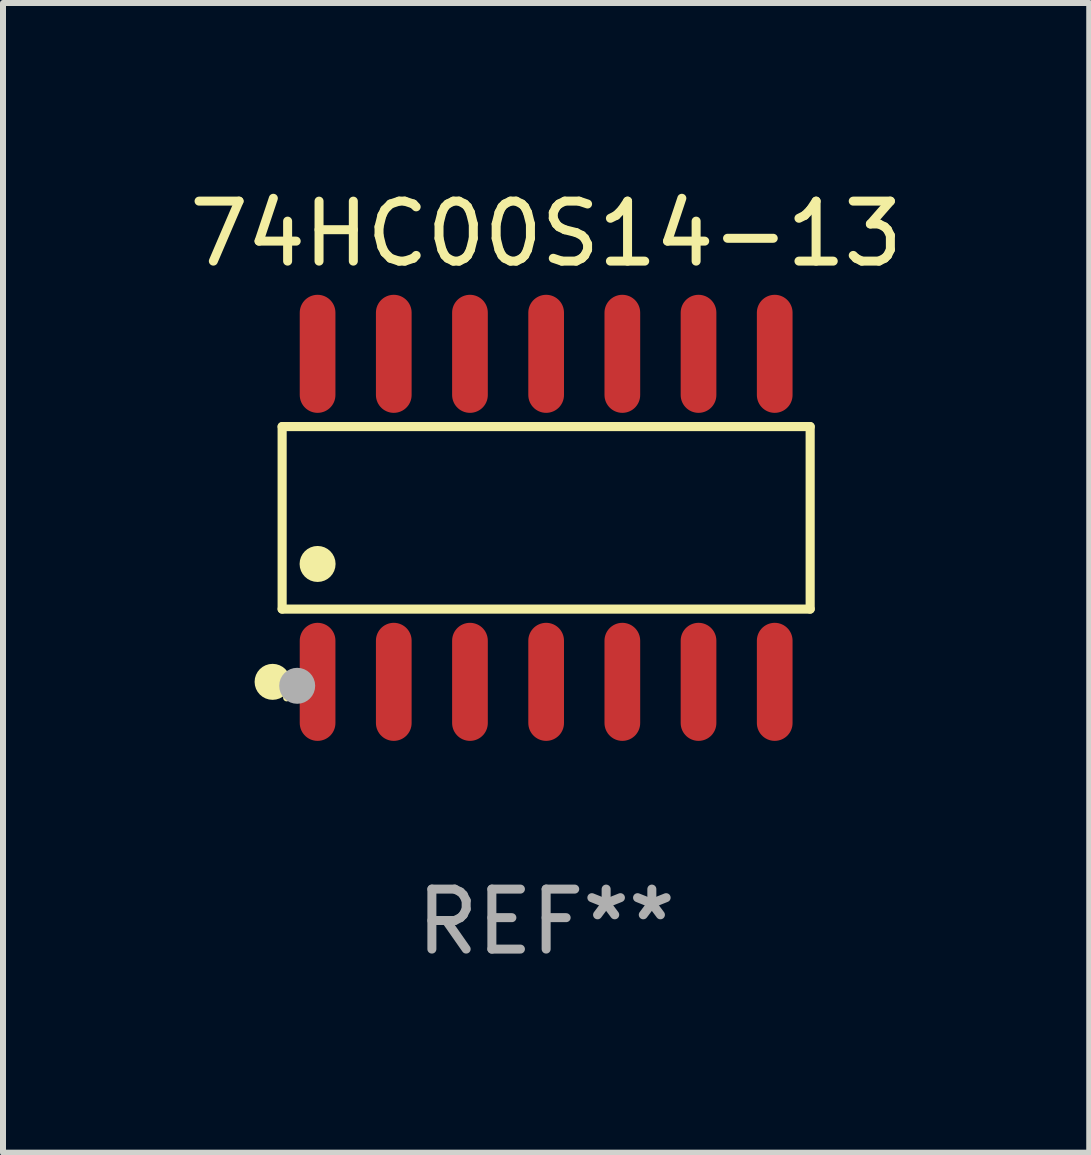
<source format=kicad_pcb>
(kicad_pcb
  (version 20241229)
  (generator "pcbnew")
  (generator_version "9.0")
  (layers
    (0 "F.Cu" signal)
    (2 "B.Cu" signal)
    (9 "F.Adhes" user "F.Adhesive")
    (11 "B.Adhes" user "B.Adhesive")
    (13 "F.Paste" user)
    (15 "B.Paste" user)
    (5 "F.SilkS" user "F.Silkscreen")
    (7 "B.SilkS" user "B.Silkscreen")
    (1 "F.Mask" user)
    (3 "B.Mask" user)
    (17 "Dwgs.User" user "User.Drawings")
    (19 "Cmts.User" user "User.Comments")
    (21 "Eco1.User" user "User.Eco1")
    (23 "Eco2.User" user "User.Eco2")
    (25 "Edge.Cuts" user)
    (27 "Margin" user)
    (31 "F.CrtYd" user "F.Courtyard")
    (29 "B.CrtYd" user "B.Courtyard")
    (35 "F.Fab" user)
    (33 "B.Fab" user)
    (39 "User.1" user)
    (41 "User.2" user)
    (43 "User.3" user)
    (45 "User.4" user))
  (footprint "74HC00S14-13"
    (layer "F.Cu")
    (at 6.054 5.582)
    (property "Reference" "74HC00S14-13" (at 0 -4.734 0) (layer "F.SilkS") (effects (font (size 1 1) (thickness 0.15))))
    (attr through_hole)
    (fp_line (start -4.401 -1.521) (end 4.401 -1.521) (stroke (width 0.152) (type solid)) (layer "F.SilkS"))
    (fp_line (start -4.401 1.521) (end -4.401 -1.521) (stroke (width 0.152) (type solid)) (layer "F.SilkS"))
    (fp_line (start 4.401 -1.521) (end 4.401 1.521) (stroke (width 0.152) (type solid)) (layer "F.SilkS"))
    (fp_line (start 4.401 1.521) (end -4.401 1.521) (stroke (width 0.152) (type solid)) (layer "F.SilkS"))
    (fp_circle (center -4.56 2.734) (end -4.41 2.734) (stroke (width 0.3) (type solid)) (fill no) (layer "F.SilkS"))
    (fp_circle (center -4.325 3) (end -4.295 3) (stroke (width 0.06) (type solid)) (fill no) (layer "F.SilkS"))
    (fp_circle (center -3.81 0.769) (end -3.66 0.769) (stroke (width 0.3) (type solid)) (fill no) (layer "F.SilkS"))
    (fp_circle (center -4.15 2.8) (end -4 2.8) (stroke (width 0.3) (type solid)) (fill no) (layer "F.Fab"))
    (fp_text user "REF**" (at 0 6.734 0) (layer "F.Fab") (effects (font (size 1 1) (thickness 0.15))))
    (pad "1" smd oval (at -3.81 2.734) (size 0.595 1.968) (layers "F.Cu" "F.Mask" "F.Paste"))
    (pad "2" smd oval (at -2.54 2.734) (size 0.595 1.968) (layers "F.Cu" "F.Mask" "F.Paste"))
    (pad "3" smd oval (at -1.27 2.734) (size 0.595 1.968) (layers "F.Cu" "F.Mask" "F.Paste"))
    (pad "4" smd oval (at 0 2.734) (size 0.595 1.968) (layers "F.Cu" "F.Mask" "F.Paste"))
    (pad "5" smd oval (at 1.27 2.734) (size 0.595 1.968) (layers "F.Cu" "F.Mask" "F.Paste"))
    (pad "6" smd oval (at 2.54 2.734) (size 0.595 1.968) (layers "F.Cu" "F.Mask" "F.Paste"))
    (pad "7" smd oval (at 3.81 2.734) (size 0.595 1.968) (layers "F.Cu" "F.Mask" "F.Paste"))
    (pad "8" smd oval (at 3.81 -2.734) (size 0.595 1.968) (layers "F.Cu" "F.Mask" "F.Paste"))
    (pad "9" smd oval (at 2.54 -2.734) (size 0.595 1.968) (layers "F.Cu" "F.Mask" "F.Paste"))
    (pad "10" smd oval (at 1.27 -2.734) (size 0.595 1.968) (layers "F.Cu" "F.Mask" "F.Paste"))
    (pad "11" smd oval (at 0 -2.734) (size 0.595 1.968) (layers "F.Cu" "F.Mask" "F.Paste"))
    (pad "12" smd oval (at -1.27 -2.734) (size 0.595 1.968) (layers "F.Cu" "F.Mask" "F.Paste"))
    (pad "13" smd oval (at -2.54 -2.734) (size 0.595 1.968) (layers "F.Cu" "F.Mask" "F.Paste"))
    (pad "14" smd oval (at -3.81 -2.734) (size 0.595 1.968) (layers "F.Cu" "F.Mask" "F.Paste")))
  (gr_rect
    (start -3 -3)
    (end 15.107 16.164)
    (stroke (width 0.1) (type default))
    (fill no)
    (layer "Edge.Cuts")))
</source>
